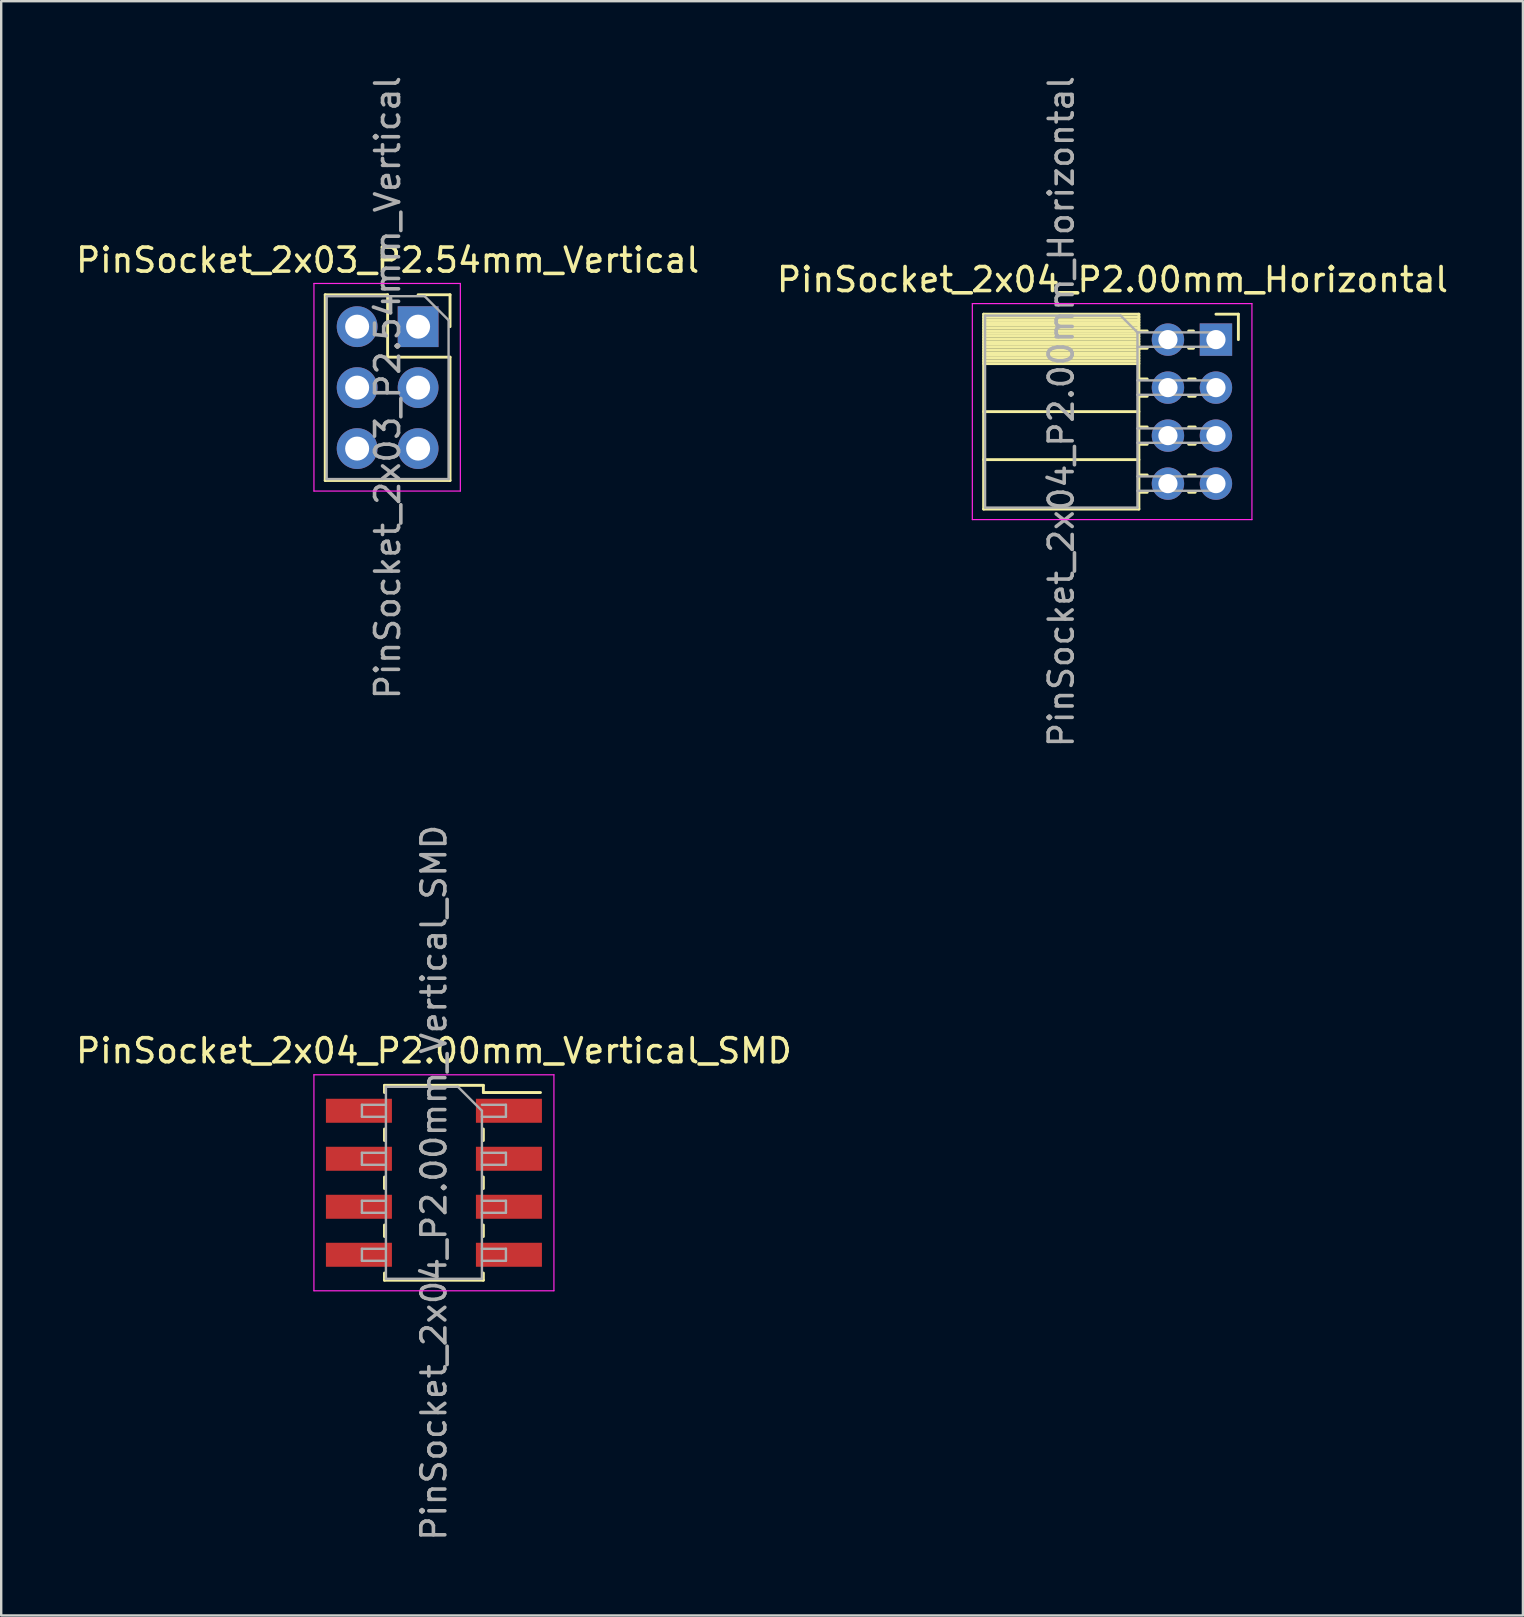
<source format=kicad_pcb>
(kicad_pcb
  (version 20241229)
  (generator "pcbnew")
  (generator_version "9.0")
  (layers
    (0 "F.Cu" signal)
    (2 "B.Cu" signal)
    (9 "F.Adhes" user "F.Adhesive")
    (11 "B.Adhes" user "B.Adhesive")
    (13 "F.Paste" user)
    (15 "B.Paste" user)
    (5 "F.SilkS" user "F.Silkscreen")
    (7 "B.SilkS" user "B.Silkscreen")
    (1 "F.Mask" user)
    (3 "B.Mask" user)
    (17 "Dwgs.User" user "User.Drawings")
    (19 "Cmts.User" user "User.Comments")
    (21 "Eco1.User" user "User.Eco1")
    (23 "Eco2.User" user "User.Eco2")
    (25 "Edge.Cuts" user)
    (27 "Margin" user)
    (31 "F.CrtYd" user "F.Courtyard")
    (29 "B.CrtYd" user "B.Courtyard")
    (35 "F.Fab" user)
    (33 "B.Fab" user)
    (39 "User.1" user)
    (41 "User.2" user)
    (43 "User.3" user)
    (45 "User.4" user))
  (footprint "PinSocket_2x04_P2.00mm_Horizontal"
    (layer "F.Cu")
    (at 47.614 11.101)
    (property "Reference" "PinSocket_2x04_P2.00mm_Horizontal" (at -4.31 -2.5 0) (layer "F.SilkS") (effects (font (size 1 1) (thickness 0.15))))
    (attr through_hole)
    (fp_line (start -9.68 -1.06) (end -9.68 7.06) (stroke (width 0.12) (type solid)) (layer "F.SilkS"))
    (fp_line (start -9.68 -1.06) (end -3.21 -1.06) (stroke (width 0.12) (type solid)) (layer "F.SilkS"))
    (fp_line (start -9.68 -0.94) (end -3.21 -0.94) (stroke (width 0.12) (type solid)) (layer "F.SilkS"))
    (fp_line (start -9.68 -0.826) (end -3.21 -0.826) (stroke (width 0.12) (type solid)) (layer "F.SilkS"))
    (fp_line (start -9.68 -0.712) (end -3.21 -0.712) (stroke (width 0.12) (type solid)) (layer "F.SilkS"))
    (fp_line (start -9.68 -0.598) (end -3.21 -0.598) (stroke (width 0.12) (type solid)) (layer "F.SilkS"))
    (fp_line (start -9.68 -0.484) (end -3.21 -0.484) (stroke (width 0.12) (type solid)) (layer "F.SilkS"))
    (fp_line (start -9.68 -0.369) (end -3.21 -0.369) (stroke (width 0.12) (type solid)) (layer "F.SilkS"))
    (fp_line (start -9.68 -0.255) (end -3.21 -0.255) (stroke (width 0.12) (type solid)) (layer "F.SilkS"))
    (fp_line (start -9.68 -0.141) (end -3.21 -0.141) (stroke (width 0.12) (type solid)) (layer "F.SilkS"))
    (fp_line (start -9.68 -0.027) (end -3.21 -0.027) (stroke (width 0.12) (type solid)) (layer "F.SilkS"))
    (fp_line (start -9.68 0.087) (end -3.21 0.087) (stroke (width 0.12) (type solid)) (layer "F.SilkS"))
    (fp_line (start -9.68 0.201) (end -3.21 0.201) (stroke (width 0.12) (type solid)) (layer "F.SilkS"))
    (fp_line (start -9.68 0.315) (end -3.21 0.315) (stroke (width 0.12) (type solid)) (layer "F.SilkS"))
    (fp_line (start -9.68 0.429) (end -3.21 0.429) (stroke (width 0.12) (type solid)) (layer "F.SilkS"))
    (fp_line (start -9.68 0.544) (end -3.21 0.544) (stroke (width 0.12) (type solid)) (layer "F.SilkS"))
    (fp_line (start -9.68 0.658) (end -3.21 0.658) (stroke (width 0.12) (type solid)) (layer "F.SilkS"))
    (fp_line (start -9.68 0.772) (end -3.21 0.772) (stroke (width 0.12) (type solid)) (layer "F.SilkS"))
    (fp_line (start -9.68 0.886) (end -3.21 0.886) (stroke (width 0.12) (type solid)) (layer "F.SilkS"))
    (fp_line (start -9.68 1) (end -3.21 1) (stroke (width 0.12) (type solid)) (layer "F.SilkS"))
    (fp_line (start -9.68 3) (end -3.21 3) (stroke (width 0.12) (type solid)) (layer "F.SilkS"))
    (fp_line (start -9.68 5) (end -3.21 5) (stroke (width 0.12) (type solid)) (layer "F.SilkS"))
    (fp_line (start -9.68 7.06) (end -3.21 7.06) (stroke (width 0.12) (type solid)) (layer "F.SilkS"))
    (fp_line (start -3.21 -1.06) (end -3.21 7.06) (stroke (width 0.12) (type solid)) (layer "F.SilkS"))
    (fp_line (start -3.21 -0.36) (end -2.863 -0.36) (stroke (width 0.12) (type solid)) (layer "F.SilkS"))
    (fp_line (start -3.21 0.36) (end -2.863 0.36) (stroke (width 0.12) (type solid)) (layer "F.SilkS"))
    (fp_line (start -3.21 1.64) (end -2.863 1.64) (stroke (width 0.12) (type solid)) (layer "F.SilkS"))
    (fp_line (start -3.21 2.36) (end -2.863 2.36) (stroke (width 0.12) (type solid)) (layer "F.SilkS"))
    (fp_line (start -3.21 3.64) (end -2.863 3.64) (stroke (width 0.12) (type solid)) (layer "F.SilkS"))
    (fp_line (start -3.21 4.36) (end -2.863 4.36) (stroke (width 0.12) (type solid)) (layer "F.SilkS"))
    (fp_line (start -3.21 5.64) (end -2.863 5.64) (stroke (width 0.12) (type solid)) (layer "F.SilkS"))
    (fp_line (start -3.21 6.36) (end -2.863 6.36) (stroke (width 0.12) (type solid)) (layer "F.SilkS"))
    (fp_line (start -1.137 -0.36) (end -0.935 -0.36) (stroke (width 0.12) (type solid)) (layer "F.SilkS"))
    (fp_line (start -1.137 0.36) (end -0.935 0.36) (stroke (width 0.12) (type solid)) (layer "F.SilkS"))
    (fp_line (start -1.137 1.64) (end -0.863 1.64) (stroke (width 0.12) (type solid)) (layer "F.SilkS"))
    (fp_line (start -1.137 2.36) (end -0.863 2.36) (stroke (width 0.12) (type solid)) (layer "F.SilkS"))
    (fp_line (start -1.137 3.64) (end -0.863 3.64) (stroke (width 0.12) (type solid)) (layer "F.SilkS"))
    (fp_line (start -1.137 4.36) (end -0.863 4.36) (stroke (width 0.12) (type solid)) (layer "F.SilkS"))
    (fp_line (start -1.137 5.64) (end -0.863 5.64) (stroke (width 0.12) (type solid)) (layer "F.SilkS"))
    (fp_line (start -1.137 6.36) (end -0.863 6.36) (stroke (width 0.12) (type solid)) (layer "F.SilkS"))
    (fp_line (start 0 -1.06) (end 0.935 -1.06) (stroke (width 0.12) (type solid)) (layer "F.SilkS"))
    (fp_line (start 0.935 -1.06) (end 0.935 0) (stroke (width 0.12) (type solid)) (layer "F.SilkS"))
    (fp_line (start -10.15 -1.5) (end -10.15 7.5) (stroke (width 0.05) (type solid)) (layer "F.CrtYd"))
    (fp_line (start -10.15 7.5) (end 1.5 7.5) (stroke (width 0.05) (type solid)) (layer "F.CrtYd"))
    (fp_line (start 1.5 -1.5) (end -10.15 -1.5) (stroke (width 0.05) (type solid)) (layer "F.CrtYd"))
    (fp_line (start 1.5 7.5) (end 1.5 -1.5) (stroke (width 0.05) (type solid)) (layer "F.CrtYd"))
    (fp_line (start -9.62 -1) (end -3.97 -1) (stroke (width 0.1) (type solid)) (layer "F.Fab"))
    (fp_line (start -9.62 7) (end -9.62 -1) (stroke (width 0.1) (type solid)) (layer "F.Fab"))
    (fp_line (start -3.97 -1) (end -3.27 -0.3) (stroke (width 0.1) (type solid)) (layer "F.Fab"))
    (fp_line (start -3.27 -0.3) (end -3.27 7) (stroke (width 0.1) (type solid)) (layer "F.Fab"))
    (fp_line (start -3.27 0.3) (end 0 0.3) (stroke (width 0.1) (type solid)) (layer "F.Fab"))
    (fp_line (start -3.27 2.3) (end 0 2.3) (stroke (width 0.1) (type solid)) (layer "F.Fab"))
    (fp_line (start -3.27 4.3) (end 0 4.3) (stroke (width 0.1) (type solid)) (layer "F.Fab"))
    (fp_line (start -3.27 6.3) (end 0 6.3) (stroke (width 0.1) (type solid)) (layer "F.Fab"))
    (fp_line (start -3.27 7) (end -9.62 7) (stroke (width 0.1) (type solid)) (layer "F.Fab"))
    (fp_line (start 0 -0.3) (end -3.27 -0.3) (stroke (width 0.1) (type solid)) (layer "F.Fab"))
    (fp_line (start 0 0.3) (end 0 -0.3) (stroke (width 0.1) (type solid)) (layer "F.Fab"))
    (fp_line (start 0 1.7) (end -3.27 1.7) (stroke (width 0.1) (type solid)) (layer "F.Fab"))
    (fp_line (start 0 2.3) (end 0 1.7) (stroke (width 0.1) (type solid)) (layer "F.Fab"))
    (fp_line (start 0 3.7) (end -3.27 3.7) (stroke (width 0.1) (type solid)) (layer "F.Fab"))
    (fp_line (start 0 4.3) (end 0 3.7) (stroke (width 0.1) (type solid)) (layer "F.Fab"))
    (fp_line (start 0 5.7) (end -3.27 5.7) (stroke (width 0.1) (type solid)) (layer "F.Fab"))
    (fp_line (start 0 6.3) (end 0 5.7) (stroke (width 0.1) (type solid)) (layer "F.Fab"))
    (fp_text user "${REFERENCE}" (at -6.445 3 90) (layer "F.Fab") (effects (font (size 1 1) (thickness 0.15))))
    (pad "1" thru_hole rect (at 0 0) (size 1.35 1.35) (drill 0.8) (layers "*.Cu" "*.Mask"))
    (pad "2" thru_hole oval (at -2 0) (size 1.35 1.35) (drill 0.8) (layers "*.Cu" "*.Mask"))
    (pad "3" thru_hole oval (at 0 2) (size 1.35 1.35) (drill 0.8) (layers "*.Cu" "*.Mask"))
    (pad "4" thru_hole oval (at -2 2) (size 1.35 1.35) (drill 0.8) (layers "*.Cu" "*.Mask"))
    (pad "5" thru_hole oval (at 0 4) (size 1.35 1.35) (drill 0.8) (layers "*.Cu" "*.Mask"))
    (pad "6" thru_hole oval (at -2 4) (size 1.35 1.35) (drill 0.8) (layers "*.Cu" "*.Mask"))
    (pad "7" thru_hole oval (at 0 6) (size 1.35 1.35) (drill 0.8) (layers "*.Cu" "*.Mask"))
    (pad "8" thru_hole oval (at -2 6) (size 1.35 1.35) (drill 0.8) (layers "*.Cu" "*.Mask")))
  (footprint "PinSocket_2x03_P2.54mm_Vertical"
    (layer "F.Cu")
    (at 14.371 10.561)
    (property "Reference" "PinSocket_2x03_P2.54mm_Vertical" (at -1.27 -2.77 0) (layer "F.SilkS") (effects (font (size 1 1) (thickness 0.15))))
    (attr through_hole)
    (fp_line (start -3.87 -1.33) (end -3.87 6.41) (stroke (width 0.12) (type solid)) (layer "F.SilkS"))
    (fp_line (start -3.87 -1.33) (end -1.27 -1.33) (stroke (width 0.12) (type solid)) (layer "F.SilkS"))
    (fp_line (start -3.87 6.41) (end 1.33 6.41) (stroke (width 0.12) (type solid)) (layer "F.SilkS"))
    (fp_line (start -1.27 -1.33) (end -1.27 1.27) (stroke (width 0.12) (type solid)) (layer "F.SilkS"))
    (fp_line (start -1.27 1.27) (end 1.33 1.27) (stroke (width 0.12) (type solid)) (layer "F.SilkS"))
    (fp_line (start 0 -1.33) (end 1.33 -1.33) (stroke (width 0.12) (type solid)) (layer "F.SilkS"))
    (fp_line (start 1.33 -1.33) (end 1.33 0) (stroke (width 0.12) (type solid)) (layer "F.SilkS"))
    (fp_line (start 1.33 1.27) (end 1.33 6.41) (stroke (width 0.12) (type solid)) (layer "F.SilkS"))
    (fp_line (start -4.34 -1.8) (end 1.76 -1.8) (stroke (width 0.05) (type solid)) (layer "F.CrtYd"))
    (fp_line (start -4.34 6.85) (end -4.34 -1.8) (stroke (width 0.05) (type solid)) (layer "F.CrtYd"))
    (fp_line (start 1.76 -1.8) (end 1.76 6.85) (stroke (width 0.05) (type solid)) (layer "F.CrtYd"))
    (fp_line (start 1.76 6.85) (end -4.34 6.85) (stroke (width 0.05) (type solid)) (layer "F.CrtYd"))
    (fp_line (start -3.81 -1.27) (end 0.27 -1.27) (stroke (width 0.1) (type solid)) (layer "F.Fab"))
    (fp_line (start -3.81 6.35) (end -3.81 -1.27) (stroke (width 0.1) (type solid)) (layer "F.Fab"))
    (fp_line (start 0.27 -1.27) (end 1.27 -0.27) (stroke (width 0.1) (type solid)) (layer "F.Fab"))
    (fp_line (start 1.27 -0.27) (end 1.27 6.35) (stroke (width 0.1) (type solid)) (layer "F.Fab"))
    (fp_line (start 1.27 6.35) (end -3.81 6.35) (stroke (width 0.1) (type solid)) (layer "F.Fab"))
    (fp_text user "${REFERENCE}" (at -1.27 2.54 90) (layer "F.Fab") (effects (font (size 1 1) (thickness 0.15))))
    (pad "1" thru_hole rect (at 0 0) (size 1.7 1.7) (drill 1) (layers "*.Cu" "*.Mask"))
    (pad "2" thru_hole oval (at -2.54 0) (size 1.7 1.7) (drill 1) (layers "*.Cu" "*.Mask"))
    (pad "3" thru_hole oval (at 0 2.54) (size 1.7 1.7) (drill 1) (layers "*.Cu" "*.Mask"))
    (pad "4" thru_hole oval (at -2.54 2.54) (size 1.7 1.7) (drill 1) (layers "*.Cu" "*.Mask"))
    (pad "5" thru_hole oval (at 0 5.08) (size 1.7 1.7) (drill 1) (layers "*.Cu" "*.Mask"))
    (pad "6" thru_hole oval (at -2.54 5.08) (size 1.7 1.7) (drill 1) (layers "*.Cu" "*.Mask")))
  (footprint "PinSocket_2x04_P2.00mm_Vertical_SMD"
    (layer "F.Cu")
    (at 15.03 46.232)
    (property "Reference" "PinSocket_2x04_P2.00mm_Vertical_SMD" (at 0 -5.5 0) (layer "F.SilkS") (effects (font (size 1 1) (thickness 0.15))))
    (attr smd)
    (fp_line (start -2.06 -4.06) (end -2.06 -3.76) (stroke (width 0.12) (type solid)) (layer "F.SilkS"))
    (fp_line (start -2.06 -4.06) (end 2.06 -4.06) (stroke (width 0.12) (type solid)) (layer "F.SilkS"))
    (fp_line (start -2.06 -2.24) (end -2.06 -1.76) (stroke (width 0.12) (type solid)) (layer "F.SilkS"))
    (fp_line (start -2.06 -0.24) (end -2.06 0.24) (stroke (width 0.12) (type solid)) (layer "F.SilkS"))
    (fp_line (start -2.06 1.76) (end -2.06 2.24) (stroke (width 0.12) (type solid)) (layer "F.SilkS"))
    (fp_line (start -2.06 3.76) (end -2.06 4.06) (stroke (width 0.12) (type solid)) (layer "F.SilkS"))
    (fp_line (start -2.06 4.06) (end 2.06 4.06) (stroke (width 0.12) (type solid)) (layer "F.SilkS"))
    (fp_line (start 2.06 -4.06) (end 2.06 -3.76) (stroke (width 0.12) (type solid)) (layer "F.SilkS"))
    (fp_line (start 2.06 -3.76) (end 4.44 -3.76) (stroke (width 0.12) (type solid)) (layer "F.SilkS"))
    (fp_line (start 2.06 -2.24) (end 2.06 -1.76) (stroke (width 0.12) (type solid)) (layer "F.SilkS"))
    (fp_line (start 2.06 -0.24) (end 2.06 0.24) (stroke (width 0.12) (type solid)) (layer "F.SilkS"))
    (fp_line (start 2.06 1.76) (end 2.06 2.24) (stroke (width 0.12) (type solid)) (layer "F.SilkS"))
    (fp_line (start 2.06 3.76) (end 2.06 4.06) (stroke (width 0.12) (type solid)) (layer "F.SilkS"))
    (fp_line (start -5 -4.5) (end 5 -4.5) (stroke (width 0.05) (type solid)) (layer "F.CrtYd"))
    (fp_line (start -5 4.5) (end -5 -4.5) (stroke (width 0.05) (type solid)) (layer "F.CrtYd"))
    (fp_line (start 5 -4.5) (end 5 4.5) (stroke (width 0.05) (type solid)) (layer "F.CrtYd"))
    (fp_line (start 5 4.5) (end -5 4.5) (stroke (width 0.05) (type solid)) (layer "F.CrtYd"))
    (fp_line (start -3 -3.25) (end -2 -3.25) (stroke (width 0.1) (type solid)) (layer "F.Fab"))
    (fp_line (start -3 -2.75) (end -3 -3.25) (stroke (width 0.1) (type solid)) (layer "F.Fab"))
    (fp_line (start -3 -1.25) (end -2 -1.25) (stroke (width 0.1) (type solid)) (layer "F.Fab"))
    (fp_line (start -3 -0.75) (end -3 -1.25) (stroke (width 0.1) (type solid)) (layer "F.Fab"))
    (fp_line (start -3 0.75) (end -2 0.75) (stroke (width 0.1) (type solid)) (layer "F.Fab"))
    (fp_line (start -3 1.25) (end -3 0.75) (stroke (width 0.1) (type solid)) (layer "F.Fab"))
    (fp_line (start -3 2.75) (end -2 2.75) (stroke (width 0.1) (type solid)) (layer "F.Fab"))
    (fp_line (start -3 3.25) (end -3 2.75) (stroke (width 0.1) (type solid)) (layer "F.Fab"))
    (fp_line (start -2 -4) (end 1 -4) (stroke (width 0.1) (type solid)) (layer "F.Fab"))
    (fp_line (start -2 -2.75) (end -3 -2.75) (stroke (width 0.1) (type solid)) (layer "F.Fab"))
    (fp_line (start -2 -0.75) (end -3 -0.75) (stroke (width 0.1) (type solid)) (layer "F.Fab"))
    (fp_line (start -2 1.25) (end -3 1.25) (stroke (width 0.1) (type solid)) (layer "F.Fab"))
    (fp_line (start -2 3.25) (end -3 3.25) (stroke (width 0.1) (type solid)) (layer "F.Fab"))
    (fp_line (start -2 4) (end -2 -4) (stroke (width 0.1) (type solid)) (layer "F.Fab"))
    (fp_line (start 1 -4) (end 2 -3) (stroke (width 0.1) (type solid)) (layer "F.Fab"))
    (fp_line (start 2 -3.25) (end 3 -3.25) (stroke (width 0.1) (type solid)) (layer "F.Fab"))
    (fp_line (start 2 -3) (end 2 4) (stroke (width 0.1) (type solid)) (layer "F.Fab"))
    (fp_line (start 2 -1.25) (end 3 -1.25) (stroke (width 0.1) (type solid)) (layer "F.Fab"))
    (fp_line (start 2 0.75) (end 3 0.75) (stroke (width 0.1) (type solid)) (layer "F.Fab"))
    (fp_line (start 2 2.75) (end 3 2.75) (stroke (width 0.1) (type solid)) (layer "F.Fab"))
    (fp_line (start 2 4) (end -2 4) (stroke (width 0.1) (type solid)) (layer "F.Fab"))
    (fp_line (start 3 -3.25) (end 3 -2.75) (stroke (width 0.1) (type solid)) (layer "F.Fab"))
    (fp_line (start 3 -2.75) (end 2 -2.75) (stroke (width 0.1) (type solid)) (layer "F.Fab"))
    (fp_line (start 3 -1.25) (end 3 -0.75) (stroke (width 0.1) (type solid)) (layer "F.Fab"))
    (fp_line (start 3 -0.75) (end 2 -0.75) (stroke (width 0.1) (type solid)) (layer "F.Fab"))
    (fp_line (start 3 0.75) (end 3 1.25) (stroke (width 0.1) (type solid)) (layer "F.Fab"))
    (fp_line (start 3 1.25) (end 2 1.25) (stroke (width 0.1) (type solid)) (layer "F.Fab"))
    (fp_line (start 3 2.75) (end 3 3.25) (stroke (width 0.1) (type solid)) (layer "F.Fab"))
    (fp_line (start 3 3.25) (end 2 3.25) (stroke (width 0.1) (type solid)) (layer "F.Fab"))
    (fp_text user "${REFERENCE}" (at 0 0 90) (layer "F.Fab") (effects (font (size 1 1) (thickness 0.15))))
    (pad "1" smd rect (at 3.125 -3) (size 2.75 1) (layers "F.Cu" "F.Mask" "F.Paste"))
    (pad "2" smd rect (at -3.125 -3) (size 2.75 1) (layers "F.Cu" "F.Mask" "F.Paste"))
    (pad "3" smd rect (at 3.125 -1) (size 2.75 1) (layers "F.Cu" "F.Mask" "F.Paste"))
    (pad "4" smd rect (at -3.125 -1) (size 2.75 1) (layers "F.Cu" "F.Mask" "F.Paste"))
    (pad "5" smd rect (at 3.125 1) (size 2.75 1) (layers "F.Cu" "F.Mask" "F.Paste"))
    (pad "6" smd rect (at -3.125 1) (size 2.75 1) (layers "F.Cu" "F.Mask" "F.Paste"))
    (pad "7" smd rect (at 3.125 3) (size 2.75 1) (layers "F.Cu" "F.Mask" "F.Paste"))
    (pad "8" smd rect (at -3.125 3) (size 2.75 1) (layers "F.Cu" "F.Mask" "F.Paste")))
  (gr_rect
    (start -3 -3)
    (end 60.405 64.262)
    (stroke (width 0.1) (type default))
    (fill no)
    (layer "Edge.Cuts")))
</source>
